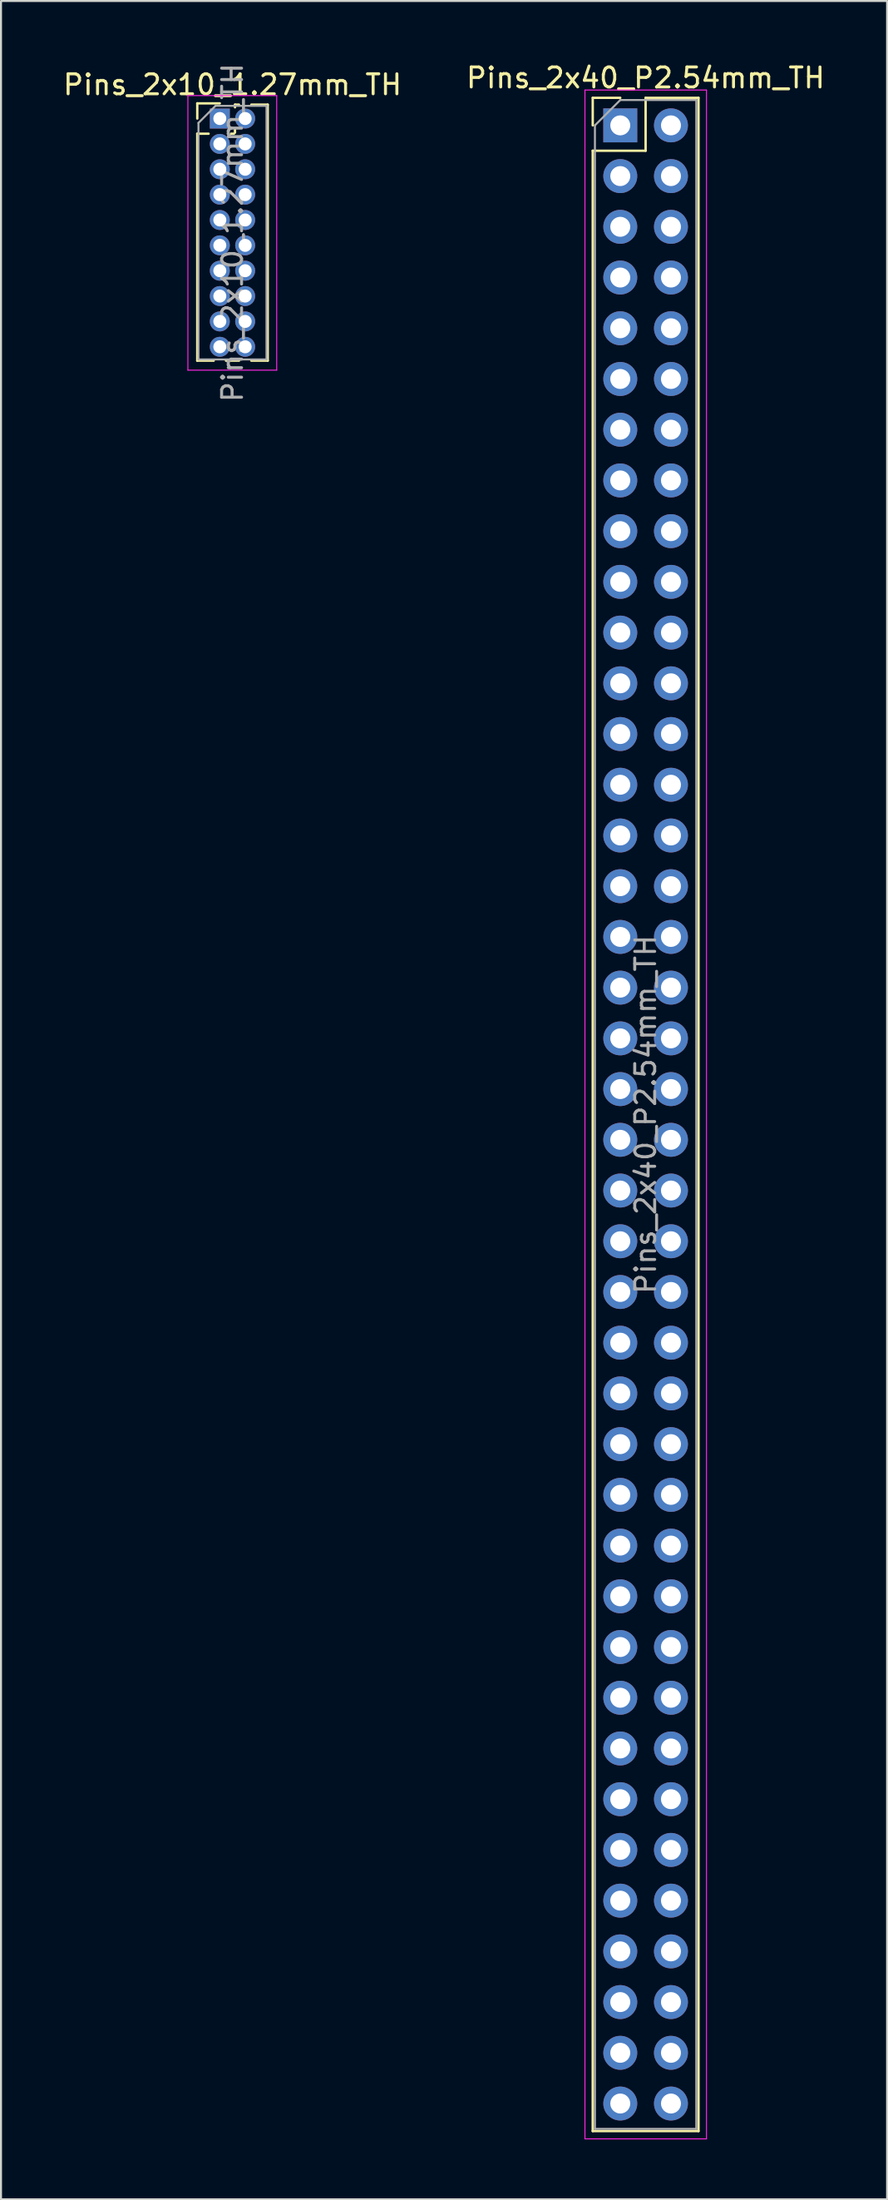
<source format=kicad_pcb>
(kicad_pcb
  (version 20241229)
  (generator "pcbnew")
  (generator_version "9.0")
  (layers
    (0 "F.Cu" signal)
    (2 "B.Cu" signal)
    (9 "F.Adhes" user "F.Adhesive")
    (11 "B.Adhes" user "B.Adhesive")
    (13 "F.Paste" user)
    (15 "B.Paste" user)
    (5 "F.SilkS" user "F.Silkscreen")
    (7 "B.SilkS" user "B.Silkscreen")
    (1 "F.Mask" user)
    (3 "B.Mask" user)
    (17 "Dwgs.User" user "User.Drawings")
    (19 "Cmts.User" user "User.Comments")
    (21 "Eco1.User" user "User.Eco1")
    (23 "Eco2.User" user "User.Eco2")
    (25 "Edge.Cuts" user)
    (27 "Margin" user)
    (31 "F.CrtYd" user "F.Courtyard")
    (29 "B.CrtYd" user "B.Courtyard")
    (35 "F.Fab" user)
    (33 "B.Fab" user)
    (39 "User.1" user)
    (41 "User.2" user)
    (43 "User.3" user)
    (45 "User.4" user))
  (footprint "Pins_2x10_1.27mm_TH"
    (layer "F.Cu")
    (at 8.601 8.601)
    (property "Reference" "Pins_2x10_1.27mm_TH" (at 0 -7.41 0) (layer "F.SilkS") (effects (font (size 1 1) (thickness 0.15))))
    (attr through_hole)
    (fp_line (start -1.765 -6.475) (end -0.635 -6.475) (stroke (width 0.12) (type solid)) (layer "F.SilkS"))
    (fp_line (start -1.765 -5.715) (end -1.765 -6.475) (stroke (width 0.12) (type solid)) (layer "F.SilkS"))
    (fp_line (start -1.765 -4.955) (end -1.765 6.41) (stroke (width 0.12) (type solid)) (layer "F.SilkS"))
    (fp_line (start -1.765 -4.955) (end -1.198 -4.955) (stroke (width 0.12) (type solid)) (layer "F.SilkS"))
    (fp_line (start -1.765 6.41) (end -0.943 6.41) (stroke (width 0.12) (type solid)) (layer "F.SilkS"))
    (fp_line (start -0.327 6.41) (end 0.327 6.41) (stroke (width 0.12) (type solid)) (layer "F.SilkS"))
    (fp_line (start -0.072 -4.955) (end 0.072 -4.955) (stroke (width 0.12) (type solid)) (layer "F.SilkS"))
    (fp_line (start 0.125 -6.41) (end 0.327 -6.41) (stroke (width 0.12) (type solid)) (layer "F.SilkS"))
    (fp_line (start 0.125 -6.278) (end 0.125 -6.41) (stroke (width 0.12) (type solid)) (layer "F.SilkS"))
    (fp_line (start 0.125 -5.008) (end 0.125 -5.152) (stroke (width 0.12) (type solid)) (layer "F.SilkS"))
    (fp_line (start 0.943 -6.41) (end 1.765 -6.41) (stroke (width 0.12) (type solid)) (layer "F.SilkS"))
    (fp_line (start 0.943 6.41) (end 1.765 6.41) (stroke (width 0.12) (type solid)) (layer "F.SilkS"))
    (fp_line (start 1.765 -6.41) (end 1.765 6.41) (stroke (width 0.12) (type solid)) (layer "F.SilkS"))
    (fp_line (start -2.235 -6.865) (end -2.235 6.885) (stroke (width 0.05) (type solid)) (layer "F.CrtYd"))
    (fp_line (start -2.235 6.885) (end 2.215 6.885) (stroke (width 0.05) (type solid)) (layer "F.CrtYd"))
    (fp_line (start 2.215 -6.865) (end -2.235 -6.865) (stroke (width 0.05) (type solid)) (layer "F.CrtYd"))
    (fp_line (start 2.215 6.885) (end 2.215 -6.865) (stroke (width 0.05) (type solid)) (layer "F.CrtYd"))
    (fp_line (start -1.705 -5.497) (end -0.853 -6.35) (stroke (width 0.1) (type solid)) (layer "F.Fab"))
    (fp_line (start -1.705 6.35) (end -1.705 -5.497) (stroke (width 0.1) (type solid)) (layer "F.Fab"))
    (fp_line (start -0.853 -6.35) (end 1.705 -6.35) (stroke (width 0.1) (type solid)) (layer "F.Fab"))
    (fp_line (start 1.705 -6.35) (end 1.705 6.35) (stroke (width 0.1) (type solid)) (layer "F.Fab"))
    (fp_line (start 1.705 6.35) (end -1.705 6.35) (stroke (width 0.1) (type solid)) (layer "F.Fab"))
    (fp_text user "${REFERENCE}" (at 0 0 90) (layer "F.Fab") (effects (font (size 1 1) (thickness 0.15))))
    (pad "1" thru_hole rect (at -0.635 -5.715) (size 1 1) (drill 0.65) (layers "*.Cu" "*.Mask"))
    (pad "2" thru_hole oval (at 0.635 -5.715) (size 1 1) (drill 0.65) (layers "*.Cu" "*.Mask"))
    (pad "3" thru_hole oval (at -0.635 -4.445) (size 1 1) (drill 0.65) (layers "*.Cu" "*.Mask"))
    (pad "4" thru_hole oval (at 0.635 -4.445) (size 1 1) (drill 0.65) (layers "*.Cu" "*.Mask"))
    (pad "5" thru_hole oval (at -0.635 -3.175) (size 1 1) (drill 0.65) (layers "*.Cu" "*.Mask"))
    (pad "6" thru_hole oval (at 0.635 -3.175) (size 1 1) (drill 0.65) (layers "*.Cu" "*.Mask"))
    (pad "7" thru_hole oval (at -0.635 -1.905) (size 1 1) (drill 0.65) (layers "*.Cu" "*.Mask"))
    (pad "8" thru_hole oval (at 0.635 -1.905) (size 1 1) (drill 0.65) (layers "*.Cu" "*.Mask"))
    (pad "9" thru_hole oval (at -0.635 -0.635) (size 1 1) (drill 0.65) (layers "*.Cu" "*.Mask"))
    (pad "10" thru_hole oval (at 0.635 -0.635) (size 1 1) (drill 0.65) (layers "*.Cu" "*.Mask"))
    (pad "11" thru_hole oval (at -0.635 0.635) (size 1 1) (drill 0.65) (layers "*.Cu" "*.Mask"))
    (pad "12" thru_hole oval (at 0.635 0.635) (size 1 1) (drill 0.65) (layers "*.Cu" "*.Mask"))
    (pad "13" thru_hole oval (at -0.635 1.905) (size 1 1) (drill 0.65) (layers "*.Cu" "*.Mask"))
    (pad "14" thru_hole oval (at 0.635 1.905) (size 1 1) (drill 0.65) (layers "*.Cu" "*.Mask"))
    (pad "15" thru_hole oval (at -0.635 3.175) (size 1 1) (drill 0.65) (layers "*.Cu" "*.Mask"))
    (pad "16" thru_hole oval (at 0.635 3.175) (size 1 1) (drill 0.65) (layers "*.Cu" "*.Mask"))
    (pad "17" thru_hole oval (at -0.635 4.445) (size 1 1) (drill 0.65) (layers "*.Cu" "*.Mask"))
    (pad "18" thru_hole oval (at 0.635 4.445) (size 1 1) (drill 0.65) (layers "*.Cu" "*.Mask"))
    (pad "19" thru_hole oval (at -0.635 5.715) (size 1 1) (drill 0.65) (layers "*.Cu" "*.Mask"))
    (pad "20" thru_hole oval (at 0.635 5.715) (size 1 1) (drill 0.65) (layers "*.Cu" "*.Mask")))
  (footprint "Pins_2x40_P2.54mm_TH"
    (layer "F.Cu")
    (at 28.034 3.228)
    (property "Reference" "Pins_2x40_P2.54mm_TH" (at 1.27 -2.38 0) (layer "F.SilkS") (effects (font (size 1 1) (thickness 0.15))))
    (attr through_hole)
    (fp_line (start -1.38 -1.38) (end 0 -1.38) (stroke (width 0.12) (type solid)) (layer "F.SilkS"))
    (fp_line (start -1.38 0) (end -1.38 -1.38) (stroke (width 0.12) (type solid)) (layer "F.SilkS"))
    (fp_line (start -1.38 1.27) (end -1.38 100.44) (stroke (width 0.12) (type solid)) (layer "F.SilkS"))
    (fp_line (start -1.38 1.27) (end 1.27 1.27) (stroke (width 0.12) (type solid)) (layer "F.SilkS"))
    (fp_line (start -1.38 100.44) (end 3.92 100.44) (stroke (width 0.12) (type solid)) (layer "F.SilkS"))
    (fp_line (start 1.27 -1.38) (end 3.92 -1.38) (stroke (width 0.12) (type solid)) (layer "F.SilkS"))
    (fp_line (start 1.27 1.27) (end 1.27 -1.38) (stroke (width 0.12) (type solid)) (layer "F.SilkS"))
    (fp_line (start 3.92 -1.38) (end 3.92 100.44) (stroke (width 0.12) (type solid)) (layer "F.SilkS"))
    (fp_line (start -1.77 -1.77) (end -1.77 100.83) (stroke (width 0.05) (type solid)) (layer "F.CrtYd"))
    (fp_line (start -1.77 100.83) (end 4.32 100.83) (stroke (width 0.05) (type solid)) (layer "F.CrtYd"))
    (fp_line (start 4.32 -1.77) (end -1.77 -1.77) (stroke (width 0.05) (type solid)) (layer "F.CrtYd"))
    (fp_line (start 4.32 100.83) (end 4.32 -1.77) (stroke (width 0.05) (type solid)) (layer "F.CrtYd"))
    (fp_line (start -1.27 0) (end 0 -1.27) (stroke (width 0.1) (type solid)) (layer "F.Fab"))
    (fp_line (start -1.27 100.33) (end -1.27 0) (stroke (width 0.1) (type solid)) (layer "F.Fab"))
    (fp_line (start 0 -1.27) (end 3.81 -1.27) (stroke (width 0.1) (type solid)) (layer "F.Fab"))
    (fp_line (start 3.81 -1.27) (end 3.81 100.33) (stroke (width 0.1) (type solid)) (layer "F.Fab"))
    (fp_line (start 3.81 100.33) (end -1.27 100.33) (stroke (width 0.1) (type solid)) (layer "F.Fab"))
    (fp_text user "${REFERENCE}" (at 1.27 49.53 90) (layer "F.Fab") (effects (font (size 1 1) (thickness 0.15))))
    (pad "1" thru_hole rect (at 0 0) (size 1.7 1.7) (drill 1) (layers "*.Cu" "*.Mask"))
    (pad "2" thru_hole circle (at 2.54 0) (size 1.7 1.7) (drill 1) (layers "*.Cu" "*.Mask"))
    (pad "3" thru_hole circle (at 0 2.54) (size 1.7 1.7) (drill 1) (layers "*.Cu" "*.Mask"))
    (pad "4" thru_hole circle (at 2.54 2.54) (size 1.7 1.7) (drill 1) (layers "*.Cu" "*.Mask"))
    (pad "5" thru_hole circle (at 0 5.08) (size 1.7 1.7) (drill 1) (layers "*.Cu" "*.Mask"))
    (pad "6" thru_hole circle (at 2.54 5.08) (size 1.7 1.7) (drill 1) (layers "*.Cu" "*.Mask"))
    (pad "7" thru_hole circle (at 0 7.62) (size 1.7 1.7) (drill 1) (layers "*.Cu" "*.Mask"))
    (pad "8" thru_hole circle (at 2.54 7.62) (size 1.7 1.7) (drill 1) (layers "*.Cu" "*.Mask"))
    (pad "9" thru_hole circle (at 0 10.16) (size 1.7 1.7) (drill 1) (layers "*.Cu" "*.Mask"))
    (pad "10" thru_hole circle (at 2.54 10.16) (size 1.7 1.7) (drill 1) (layers "*.Cu" "*.Mask"))
    (pad "11" thru_hole circle (at 0 12.7) (size 1.7 1.7) (drill 1) (layers "*.Cu" "*.Mask"))
    (pad "12" thru_hole circle (at 2.54 12.7) (size 1.7 1.7) (drill 1) (layers "*.Cu" "*.Mask"))
    (pad "13" thru_hole circle (at 0 15.24) (size 1.7 1.7) (drill 1) (layers "*.Cu" "*.Mask"))
    (pad "14" thru_hole circle (at 2.54 15.24) (size 1.7 1.7) (drill 1) (layers "*.Cu" "*.Mask"))
    (pad "15" thru_hole circle (at 0 17.78) (size 1.7 1.7) (drill 1) (layers "*.Cu" "*.Mask"))
    (pad "16" thru_hole circle (at 2.54 17.78) (size 1.7 1.7) (drill 1) (layers "*.Cu" "*.Mask"))
    (pad "17" thru_hole circle (at 0 20.32) (size 1.7 1.7) (drill 1) (layers "*.Cu" "*.Mask"))
    (pad "18" thru_hole circle (at 2.54 20.32) (size 1.7 1.7) (drill 1) (layers "*.Cu" "*.Mask"))
    (pad "19" thru_hole circle (at 0 22.86) (size 1.7 1.7) (drill 1) (layers "*.Cu" "*.Mask"))
    (pad "20" thru_hole circle (at 2.54 22.86) (size 1.7 1.7) (drill 1) (layers "*.Cu" "*.Mask"))
    (pad "21" thru_hole circle (at 0 25.4) (size 1.7 1.7) (drill 1) (layers "*.Cu" "*.Mask"))
    (pad "22" thru_hole circle (at 2.54 25.4) (size 1.7 1.7) (drill 1) (layers "*.Cu" "*.Mask"))
    (pad "23" thru_hole circle (at 0 27.94) (size 1.7 1.7) (drill 1) (layers "*.Cu" "*.Mask"))
    (pad "24" thru_hole circle (at 2.54 27.94) (size 1.7 1.7) (drill 1) (layers "*.Cu" "*.Mask"))
    (pad "25" thru_hole circle (at 0 30.48) (size 1.7 1.7) (drill 1) (layers "*.Cu" "*.Mask"))
    (pad "26" thru_hole circle (at 2.54 30.48) (size 1.7 1.7) (drill 1) (layers "*.Cu" "*.Mask"))
    (pad "27" thru_hole circle (at 0 33.02) (size 1.7 1.7) (drill 1) (layers "*.Cu" "*.Mask"))
    (pad "28" thru_hole circle (at 2.54 33.02) (size 1.7 1.7) (drill 1) (layers "*.Cu" "*.Mask"))
    (pad "29" thru_hole circle (at 0 35.56) (size 1.7 1.7) (drill 1) (layers "*.Cu" "*.Mask"))
    (pad "30" thru_hole circle (at 2.54 35.56) (size 1.7 1.7) (drill 1) (layers "*.Cu" "*.Mask"))
    (pad "31" thru_hole circle (at 0 38.1) (size 1.7 1.7) (drill 1) (layers "*.Cu" "*.Mask"))
    (pad "32" thru_hole circle (at 2.54 38.1) (size 1.7 1.7) (drill 1) (layers "*.Cu" "*.Mask"))
    (pad "33" thru_hole circle (at 0 40.64) (size 1.7 1.7) (drill 1) (layers "*.Cu" "*.Mask"))
    (pad "34" thru_hole circle (at 2.54 40.64) (size 1.7 1.7) (drill 1) (layers "*.Cu" "*.Mask"))
    (pad "35" thru_hole circle (at 0 43.18) (size 1.7 1.7) (drill 1) (layers "*.Cu" "*.Mask"))
    (pad "36" thru_hole circle (at 2.54 43.18) (size 1.7 1.7) (drill 1) (layers "*.Cu" "*.Mask"))
    (pad "37" thru_hole circle (at 0 45.72) (size 1.7 1.7) (drill 1) (layers "*.Cu" "*.Mask"))
    (pad "38" thru_hole circle (at 2.54 45.72) (size 1.7 1.7) (drill 1) (layers "*.Cu" "*.Mask"))
    (pad "39" thru_hole circle (at 0 48.26) (size 1.7 1.7) (drill 1) (layers "*.Cu" "*.Mask"))
    (pad "40" thru_hole circle (at 2.54 48.26) (size 1.7 1.7) (drill 1) (layers "*.Cu" "*.Mask"))
    (pad "41" thru_hole circle (at 0 50.8) (size 1.7 1.7) (drill 1) (layers "*.Cu" "*.Mask"))
    (pad "42" thru_hole circle (at 2.54 50.8) (size 1.7 1.7) (drill 1) (layers "*.Cu" "*.Mask"))
    (pad "43" thru_hole circle (at 0 53.34) (size 1.7 1.7) (drill 1) (layers "*.Cu" "*.Mask"))
    (pad "44" thru_hole circle (at 2.54 53.34) (size 1.7 1.7) (drill 1) (layers "*.Cu" "*.Mask"))
    (pad "45" thru_hole circle (at 0 55.88) (size 1.7 1.7) (drill 1) (layers "*.Cu" "*.Mask"))
    (pad "46" thru_hole circle (at 2.54 55.88) (size 1.7 1.7) (drill 1) (layers "*.Cu" "*.Mask"))
    (pad "47" thru_hole circle (at 0 58.42) (size 1.7 1.7) (drill 1) (layers "*.Cu" "*.Mask"))
    (pad "48" thru_hole circle (at 2.54 58.42) (size 1.7 1.7) (drill 1) (layers "*.Cu" "*.Mask"))
    (pad "49" thru_hole circle (at 0 60.96) (size 1.7 1.7) (drill 1) (layers "*.Cu" "*.Mask"))
    (pad "50" thru_hole circle (at 2.54 60.96) (size 1.7 1.7) (drill 1) (layers "*.Cu" "*.Mask"))
    (pad "51" thru_hole circle (at 0 63.5) (size 1.7 1.7) (drill 1) (layers "*.Cu" "*.Mask"))
    (pad "52" thru_hole circle (at 2.54 63.5) (size 1.7 1.7) (drill 1) (layers "*.Cu" "*.Mask"))
    (pad "53" thru_hole circle (at 0 66.04) (size 1.7 1.7) (drill 1) (layers "*.Cu" "*.Mask"))
    (pad "54" thru_hole circle (at 2.54 66.04) (size 1.7 1.7) (drill 1) (layers "*.Cu" "*.Mask"))
    (pad "55" thru_hole circle (at 0 68.58) (size 1.7 1.7) (drill 1) (layers "*.Cu" "*.Mask"))
    (pad "56" thru_hole circle (at 2.54 68.58) (size 1.7 1.7) (drill 1) (layers "*.Cu" "*.Mask"))
    (pad "57" thru_hole circle (at 0 71.12) (size 1.7 1.7) (drill 1) (layers "*.Cu" "*.Mask"))
    (pad "58" thru_hole circle (at 2.54 71.12) (size 1.7 1.7) (drill 1) (layers "*.Cu" "*.Mask"))
    (pad "59" thru_hole circle (at 0 73.66) (size 1.7 1.7) (drill 1) (layers "*.Cu" "*.Mask"))
    (pad "60" thru_hole circle (at 2.54 73.66) (size 1.7 1.7) (drill 1) (layers "*.Cu" "*.Mask"))
    (pad "61" thru_hole circle (at 0 76.2) (size 1.7 1.7) (drill 1) (layers "*.Cu" "*.Mask"))
    (pad "62" thru_hole circle (at 2.54 76.2) (size 1.7 1.7) (drill 1) (layers "*.Cu" "*.Mask"))
    (pad "63" thru_hole circle (at 0 78.74) (size 1.7 1.7) (drill 1) (layers "*.Cu" "*.Mask"))
    (pad "64" thru_hole circle (at 2.54 78.74) (size 1.7 1.7) (drill 1) (layers "*.Cu" "*.Mask"))
    (pad "65" thru_hole circle (at 0 81.28) (size 1.7 1.7) (drill 1) (layers "*.Cu" "*.Mask"))
    (pad "66" thru_hole circle (at 2.54 81.28) (size 1.7 1.7) (drill 1) (layers "*.Cu" "*.Mask"))
    (pad "67" thru_hole circle (at 0 83.82) (size 1.7 1.7) (drill 1) (layers "*.Cu" "*.Mask"))
    (pad "68" thru_hole circle (at 2.54 83.82) (size 1.7 1.7) (drill 1) (layers "*.Cu" "*.Mask"))
    (pad "69" thru_hole circle (at 0 86.36) (size 1.7 1.7) (drill 1) (layers "*.Cu" "*.Mask"))
    (pad "70" thru_hole circle (at 2.54 86.36) (size 1.7 1.7) (drill 1) (layers "*.Cu" "*.Mask"))
    (pad "71" thru_hole circle (at 0 88.9) (size 1.7 1.7) (drill 1) (layers "*.Cu" "*.Mask"))
    (pad "72" thru_hole circle (at 2.54 88.9) (size 1.7 1.7) (drill 1) (layers "*.Cu" "*.Mask"))
    (pad "73" thru_hole circle (at 0 91.44) (size 1.7 1.7) (drill 1) (layers "*.Cu" "*.Mask"))
    (pad "74" thru_hole circle (at 2.54 91.44) (size 1.7 1.7) (drill 1) (layers "*.Cu" "*.Mask"))
    (pad "75" thru_hole circle (at 0 93.98) (size 1.7 1.7) (drill 1) (layers "*.Cu" "*.Mask"))
    (pad "76" thru_hole circle (at 2.54 93.98) (size 1.7 1.7) (drill 1) (layers "*.Cu" "*.Mask"))
    (pad "77" thru_hole circle (at 0 96.52) (size 1.7 1.7) (drill 1) (layers "*.Cu" "*.Mask"))
    (pad "78" thru_hole circle (at 2.54 96.52) (size 1.7 1.7) (drill 1) (layers "*.Cu" "*.Mask"))
    (pad "79" thru_hole circle (at 0 99.06) (size 1.7 1.7) (drill 1) (layers "*.Cu" "*.Mask"))
    (pad "80" thru_hole circle (at 2.54 99.06) (size 1.7 1.7) (drill 1) (layers "*.Cu" "*.Mask")))
  (gr_rect
    (start -3 -3)
    (end 41.405 107.083)
    (stroke (width 0.1) (type default))
    (fill no)
    (layer "Edge.Cuts")))
</source>
